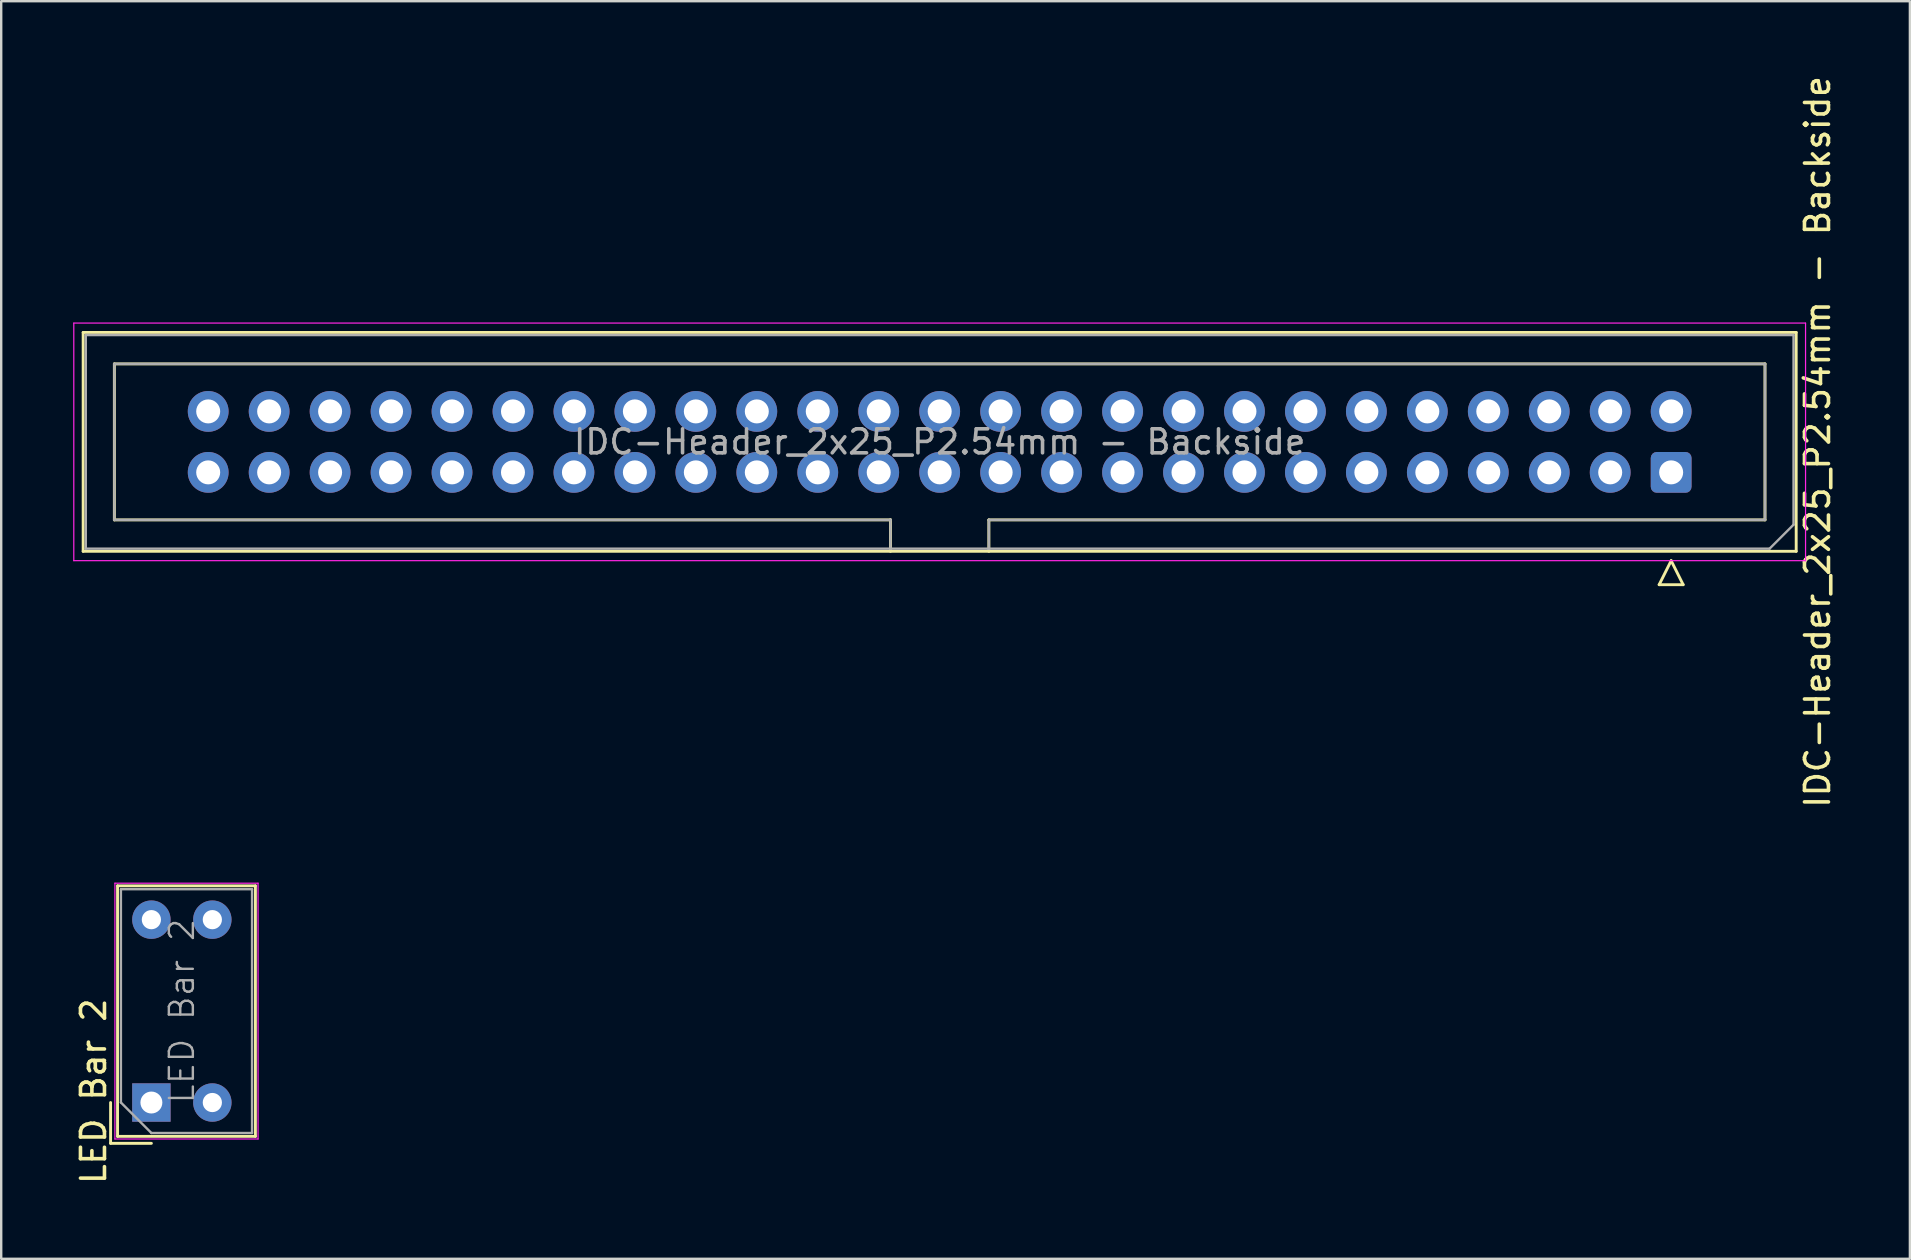
<source format=kicad_pcb>
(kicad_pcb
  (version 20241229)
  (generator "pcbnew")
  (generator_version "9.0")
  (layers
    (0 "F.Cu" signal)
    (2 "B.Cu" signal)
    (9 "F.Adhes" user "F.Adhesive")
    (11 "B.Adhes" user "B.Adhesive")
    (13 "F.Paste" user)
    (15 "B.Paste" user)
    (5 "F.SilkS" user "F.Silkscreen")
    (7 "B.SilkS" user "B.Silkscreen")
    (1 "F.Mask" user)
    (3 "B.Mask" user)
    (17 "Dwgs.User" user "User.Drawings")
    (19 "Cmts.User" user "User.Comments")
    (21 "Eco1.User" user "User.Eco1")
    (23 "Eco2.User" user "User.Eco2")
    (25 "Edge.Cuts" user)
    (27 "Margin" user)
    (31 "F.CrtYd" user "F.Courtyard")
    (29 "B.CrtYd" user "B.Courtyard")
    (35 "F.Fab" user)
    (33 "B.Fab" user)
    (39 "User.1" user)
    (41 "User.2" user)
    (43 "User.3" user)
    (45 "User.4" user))
  (footprint "IDC-Header_2x25_P2.54mm - Backside"
    (layer "F.Cu")
    (at 36.105 15.148)
    (property "Reference" "IDC-Header_2x25_P2.54mm - Backside" (at 36.58 0.215 270) (layer "F.SilkS") (effects (font (size 1 1) (thickness 0.15))))
    (attr through_hole)
    (fp_line (start -35.69 -4.345) (end -35.69 4.775) (stroke (width 0.12) (type solid)) (layer "F.SilkS"))
    (fp_line (start -35.69 4.775) (end 35.69 4.775) (stroke (width 0.12) (type solid)) (layer "F.SilkS"))
    (fp_line (start -34.39 -3.035) (end -34.39 3.465) (stroke (width 0.12) (type solid)) (layer "F.SilkS"))
    (fp_line (start -34.39 3.465) (end -2.05 3.465) (stroke (width 0.12) (type solid)) (layer "F.SilkS"))
    (fp_line (start -2.05 3.465) (end -2.05 3.465) (stroke (width 0.12) (type solid)) (layer "F.SilkS"))
    (fp_line (start -2.05 3.465) (end -2.05 4.775) (stroke (width 0.12) (type solid)) (layer "F.SilkS"))
    (fp_line (start 2.05 3.465) (end 34.39 3.465) (stroke (width 0.12) (type solid)) (layer "F.SilkS"))
    (fp_line (start 2.05 4.775) (end 2.05 3.465) (stroke (width 0.12) (type solid)) (layer "F.SilkS"))
    (fp_line (start 29.98 6.165) (end 30.48 5.165) (stroke (width 0.12) (type solid)) (layer "F.SilkS"))
    (fp_line (start 30.48 5.165) (end 30.98 6.165) (stroke (width 0.12) (type solid)) (layer "F.SilkS"))
    (fp_line (start 30.98 6.165) (end 29.98 6.165) (stroke (width 0.12) (type solid)) (layer "F.SilkS"))
    (fp_line (start 34.39 -3.035) (end -34.39 -3.035) (stroke (width 0.12) (type solid)) (layer "F.SilkS"))
    (fp_line (start 34.39 3.465) (end 34.39 -3.035) (stroke (width 0.12) (type solid)) (layer "F.SilkS"))
    (fp_line (start 35.69 -4.345) (end -35.69 -4.345) (stroke (width 0.12) (type solid)) (layer "F.SilkS"))
    (fp_line (start 35.69 4.775) (end 35.69 -4.345) (stroke (width 0.12) (type solid)) (layer "F.SilkS"))
    (fp_line (start -36.08 -4.735) (end 36.08 -4.735) (stroke (width 0.05) (type solid)) (layer "F.CrtYd"))
    (fp_line (start -36.08 5.165) (end -36.08 -4.735) (stroke (width 0.05) (type solid)) (layer "F.CrtYd"))
    (fp_line (start 36.08 -4.735) (end 36.08 5.165) (stroke (width 0.05) (type solid)) (layer "F.CrtYd"))
    (fp_line (start 36.08 5.165) (end -36.08 5.165) (stroke (width 0.05) (type solid)) (layer "F.CrtYd"))
    (fp_line (start -35.58 -4.235) (end -35.58 4.665) (stroke (width 0.1) (type solid)) (layer "F.Fab"))
    (fp_line (start -35.58 4.665) (end 34.58 4.665) (stroke (width 0.1) (type solid)) (layer "F.Fab"))
    (fp_line (start -34.39 -3.035) (end -34.39 3.465) (stroke (width 0.1) (type solid)) (layer "F.Fab"))
    (fp_line (start -34.39 3.465) (end -2.05 3.465) (stroke (width 0.1) (type solid)) (layer "F.Fab"))
    (fp_line (start -2.05 3.465) (end -2.05 3.465) (stroke (width 0.1) (type solid)) (layer "F.Fab"))
    (fp_line (start -2.05 3.465) (end -2.05 4.665) (stroke (width 0.1) (type solid)) (layer "F.Fab"))
    (fp_line (start 2.05 3.465) (end 34.39 3.465) (stroke (width 0.1) (type solid)) (layer "F.Fab"))
    (fp_line (start 2.05 4.665) (end 2.05 3.465) (stroke (width 0.1) (type solid)) (layer "F.Fab"))
    (fp_line (start 34.39 -3.035) (end -34.39 -3.035) (stroke (width 0.1) (type solid)) (layer "F.Fab"))
    (fp_line (start 34.39 3.465) (end 34.39 -3.035) (stroke (width 0.1) (type solid)) (layer "F.Fab"))
    (fp_line (start 34.58 4.665) (end 35.58 3.665) (stroke (width 0.1) (type solid)) (layer "F.Fab"))
    (fp_line (start 35.58 -4.235) (end -35.58 -4.235) (stroke (width 0.1) (type solid)) (layer "F.Fab"))
    (fp_line (start 35.58 3.665) (end 35.58 -4.235) (stroke (width 0.1) (type solid)) (layer "F.Fab"))
    (fp_text user "${REFERENCE}" (at 0 0.215 0) (layer "F.Fab") (effects (font (size 1 1) (thickness 0.15))))
    (pad "1" thru_hole roundrect (at 30.48 1.485 90) (size 1.7 1.7) (drill 1) (layers "*.Cu" "*.Mask") (roundrect_rratio 0.147))
    (pad "2" thru_hole circle (at 30.48 -1.055 90) (size 1.7 1.7) (drill 1) (layers "*.Cu" "*.Mask"))
    (pad "3" thru_hole circle (at 27.94 1.485 90) (size 1.7 1.7) (drill 1) (layers "*.Cu" "*.Mask"))
    (pad "4" thru_hole circle (at 27.94 -1.055 90) (size 1.7 1.7) (drill 1) (layers "*.Cu" "*.Mask"))
    (pad "5" thru_hole circle (at 25.4 1.485 90) (size 1.7 1.7) (drill 1) (layers "*.Cu" "*.Mask"))
    (pad "6" thru_hole circle (at 25.4 -1.055 90) (size 1.7 1.7) (drill 1) (layers "*.Cu" "*.Mask"))
    (pad "7" thru_hole circle (at 22.86 1.485 90) (size 1.7 1.7) (drill 1) (layers "*.Cu" "*.Mask"))
    (pad "8" thru_hole circle (at 22.86 -1.055 90) (size 1.7 1.7) (drill 1) (layers "*.Cu" "*.Mask"))
    (pad "9" thru_hole circle (at 20.32 1.485 90) (size 1.7 1.7) (drill 1) (layers "*.Cu" "*.Mask"))
    (pad "10" thru_hole circle (at 20.32 -1.055 90) (size 1.7 1.7) (drill 1) (layers "*.Cu" "*.Mask"))
    (pad "11" thru_hole circle (at 17.78 1.485 90) (size 1.7 1.7) (drill 1) (layers "*.Cu" "*.Mask"))
    (pad "12" thru_hole circle (at 17.78 -1.055 90) (size 1.7 1.7) (drill 1) (layers "*.Cu" "*.Mask"))
    (pad "13" thru_hole circle (at 15.24 1.485 90) (size 1.7 1.7) (drill 1) (layers "*.Cu" "*.Mask"))
    (pad "14" thru_hole circle (at 15.24 -1.055 90) (size 1.7 1.7) (drill 1) (layers "*.Cu" "*.Mask"))
    (pad "15" thru_hole circle (at 12.7 1.485 90) (size 1.7 1.7) (drill 1) (layers "*.Cu" "*.Mask"))
    (pad "16" thru_hole circle (at 12.7 -1.055 90) (size 1.7 1.7) (drill 1) (layers "*.Cu" "*.Mask"))
    (pad "17" thru_hole circle (at 10.16 1.485 90) (size 1.7 1.7) (drill 1) (layers "*.Cu" "*.Mask"))
    (pad "18" thru_hole circle (at 10.16 -1.055 90) (size 1.7 1.7) (drill 1) (layers "*.Cu" "*.Mask"))
    (pad "19" thru_hole circle (at 7.62 1.485 90) (size 1.7 1.7) (drill 1) (layers "*.Cu" "*.Mask"))
    (pad "20" thru_hole circle (at 7.62 -1.055 90) (size 1.7 1.7) (drill 1) (layers "*.Cu" "*.Mask"))
    (pad "21" thru_hole circle (at 5.08 1.485 90) (size 1.7 1.7) (drill 1) (layers "*.Cu" "*.Mask"))
    (pad "22" thru_hole circle (at 5.08 -1.055 90) (size 1.7 1.7) (drill 1) (layers "*.Cu" "*.Mask"))
    (pad "23" thru_hole circle (at 2.54 1.485 90) (size 1.7 1.7) (drill 1) (layers "*.Cu" "*.Mask"))
    (pad "24" thru_hole circle (at 2.54 -1.055 90) (size 1.7 1.7) (drill 1) (layers "*.Cu" "*.Mask"))
    (pad "25" thru_hole circle (at 0 1.485 90) (size 1.7 1.7) (drill 1) (layers "*.Cu" "*.Mask"))
    (pad "26" thru_hole circle (at 0 -1.055 90) (size 1.7 1.7) (drill 1) (layers "*.Cu" "*.Mask"))
    (pad "27" thru_hole circle (at -2.54 1.485 90) (size 1.7 1.7) (drill 1) (layers "*.Cu" "*.Mask"))
    (pad "28" thru_hole circle (at -2.54 -1.055 90) (size 1.7 1.7) (drill 1) (layers "*.Cu" "*.Mask"))
    (pad "29" thru_hole circle (at -5.08 1.485 90) (size 1.7 1.7) (drill 1) (layers "*.Cu" "*.Mask"))
    (pad "30" thru_hole circle (at -5.08 -1.055 90) (size 1.7 1.7) (drill 1) (layers "*.Cu" "*.Mask"))
    (pad "31" thru_hole circle (at -7.62 1.485 90) (size 1.7 1.7) (drill 1) (layers "*.Cu" "*.Mask"))
    (pad "32" thru_hole circle (at -7.62 -1.055 90) (size 1.7 1.7) (drill 1) (layers "*.Cu" "*.Mask"))
    (pad "33" thru_hole circle (at -10.16 1.485 90) (size 1.7 1.7) (drill 1) (layers "*.Cu" "*.Mask"))
    (pad "34" thru_hole circle (at -10.16 -1.055 90) (size 1.7 1.7) (drill 1) (layers "*.Cu" "*.Mask"))
    (pad "35" thru_hole circle (at -12.7 1.485 90) (size 1.7 1.7) (drill 1) (layers "*.Cu" "*.Mask"))
    (pad "36" thru_hole circle (at -12.7 -1.055 90) (size 1.7 1.7) (drill 1) (layers "*.Cu" "*.Mask"))
    (pad "37" thru_hole circle (at -15.24 1.485 90) (size 1.7 1.7) (drill 1) (layers "*.Cu" "*.Mask"))
    (pad "38" thru_hole circle (at -15.24 -1.055 90) (size 1.7 1.7) (drill 1) (layers "*.Cu" "*.Mask"))
    (pad "39" thru_hole circle (at -17.78 1.485 90) (size 1.7 1.7) (drill 1) (layers "*.Cu" "*.Mask"))
    (pad "40" thru_hole circle (at -17.78 -1.055 90) (size 1.7 1.7) (drill 1) (layers "*.Cu" "*.Mask"))
    (pad "41" thru_hole circle (at -20.32 1.485 90) (size 1.7 1.7) (drill 1) (layers "*.Cu" "*.Mask"))
    (pad "42" thru_hole circle (at -20.32 -1.055 90) (size 1.7 1.7) (drill 1) (layers "*.Cu" "*.Mask"))
    (pad "43" thru_hole circle (at -22.86 1.485 90) (size 1.7 1.7) (drill 1) (layers "*.Cu" "*.Mask"))
    (pad "44" thru_hole circle (at -22.86 -1.055 90) (size 1.7 1.7) (drill 1) (layers "*.Cu" "*.Mask"))
    (pad "45" thru_hole circle (at -25.4 1.485 90) (size 1.7 1.7) (drill 1) (layers "*.Cu" "*.Mask"))
    (pad "46" thru_hole circle (at -25.4 -1.055 90) (size 1.7 1.7) (drill 1) (layers "*.Cu" "*.Mask"))
    (pad "47" thru_hole circle (at -27.94 1.485 90) (size 1.7 1.7) (drill 1) (layers "*.Cu" "*.Mask"))
    (pad "48" thru_hole circle (at -27.94 -1.055 90) (size 1.7 1.7) (drill 1) (layers "*.Cu" "*.Mask"))
    (pad "49" thru_hole circle (at -30.48 1.485 90) (size 1.7 1.7) (drill 1) (layers "*.Cu" "*.Mask"))
    (pad "50" thru_hole circle (at -30.48 -1.055 90) (size 1.7 1.7) (drill 1) (layers "*.Cu" "*.Mask")))
  (footprint "LED Bar 2"
    (layer "F.Cu")
    (at 3.258 42.891)
    (property "Reference" "LED Bar 2" (at -2.41 -0.47 90) (layer "F.SilkS") (effects (font (size 1 1) (thickness 0.15))))
    (attr through_hole)
    (fp_line (start -1.7 0) (end -1.7 1.7) (stroke (width 0.12) (type solid)) (layer "F.SilkS"))
    (fp_line (start -1.7 1.7) (end 0 1.7) (stroke (width 0.12) (type solid)) (layer "F.SilkS"))
    (fp_line (start -1.41 -9.03) (end 4.335 -9.03) (stroke (width 0.12) (type solid)) (layer "F.SilkS"))
    (fp_line (start -1.41 1.41) (end -1.41 -9.03) (stroke (width 0.12) (type solid)) (layer "F.SilkS"))
    (fp_line (start 4.335 -9.03) (end 4.335 1.41) (stroke (width 0.12) (type solid)) (layer "F.SilkS"))
    (fp_line (start 4.335 1.41) (end -1.41 1.41) (stroke (width 0.12) (type solid)) (layer "F.SilkS"))
    (fp_line (start -1.52 1.52) (end -1.52 -9.14) (stroke (width 0.05) (type solid)) (layer "F.CrtYd"))
    (fp_line (start -1.52 1.52) (end 4.445 1.52) (stroke (width 0.05) (type solid)) (layer "F.CrtYd"))
    (fp_line (start 4.445 -9.14) (end -1.52 -9.14) (stroke (width 0.05) (type solid)) (layer "F.CrtYd"))
    (fp_line (start 4.445 1.52) (end 4.445 -9.14) (stroke (width 0.05) (type solid)) (layer "F.CrtYd"))
    (fp_line (start -1.27 -8.89) (end 4.195 -8.89) (stroke (width 0.1) (type solid)) (layer "F.Fab"))
    (fp_line (start -1.27 0) (end -1.27 -8.89) (stroke (width 0.1) (type solid)) (layer "F.Fab"))
    (fp_line (start -1.27 0) (end 0 1.27) (stroke (width 0.1) (type solid)) (layer "F.Fab"))
    (fp_line (start 0 1.27) (end 4.195 1.27) (stroke (width 0.1) (type solid)) (layer "F.Fab"))
    (fp_line (start 4.195 1.27) (end 4.195 -8.89) (stroke (width 0.1) (type solid)) (layer "F.Fab"))
    (fp_text user "${REFERENCE}" (at 1.27 -3.81 270) (layer "F.Fab") (effects (font (size 1 1) (thickness 0.1))))
    (pad "1" thru_hole rect (at 0 0 90) (size 1.6 1.6) (drill 0.914) (layers "*.Cu" "*.Mask"))
    (pad "2" thru_hole oval (at 2.54 0) (size 1.6 1.6) (drill 0.8) (layers "*.Cu" "*.Mask"))
    (pad "19" thru_hole circle (at 2.54 -7.62) (size 1.6 1.6) (drill 0.8) (layers "*.Cu" "*.Mask"))
    (pad "20" thru_hole circle (at 0 -7.62) (size 1.6 1.6) (drill 0.8) (layers "*.Cu" "*.Mask")))
  (gr_rect
    (start -3 -3)
    (end 76.533 49.403)
    (stroke (width 0.1) (type default))
    (fill no)
    (layer "Edge.Cuts")))
</source>
